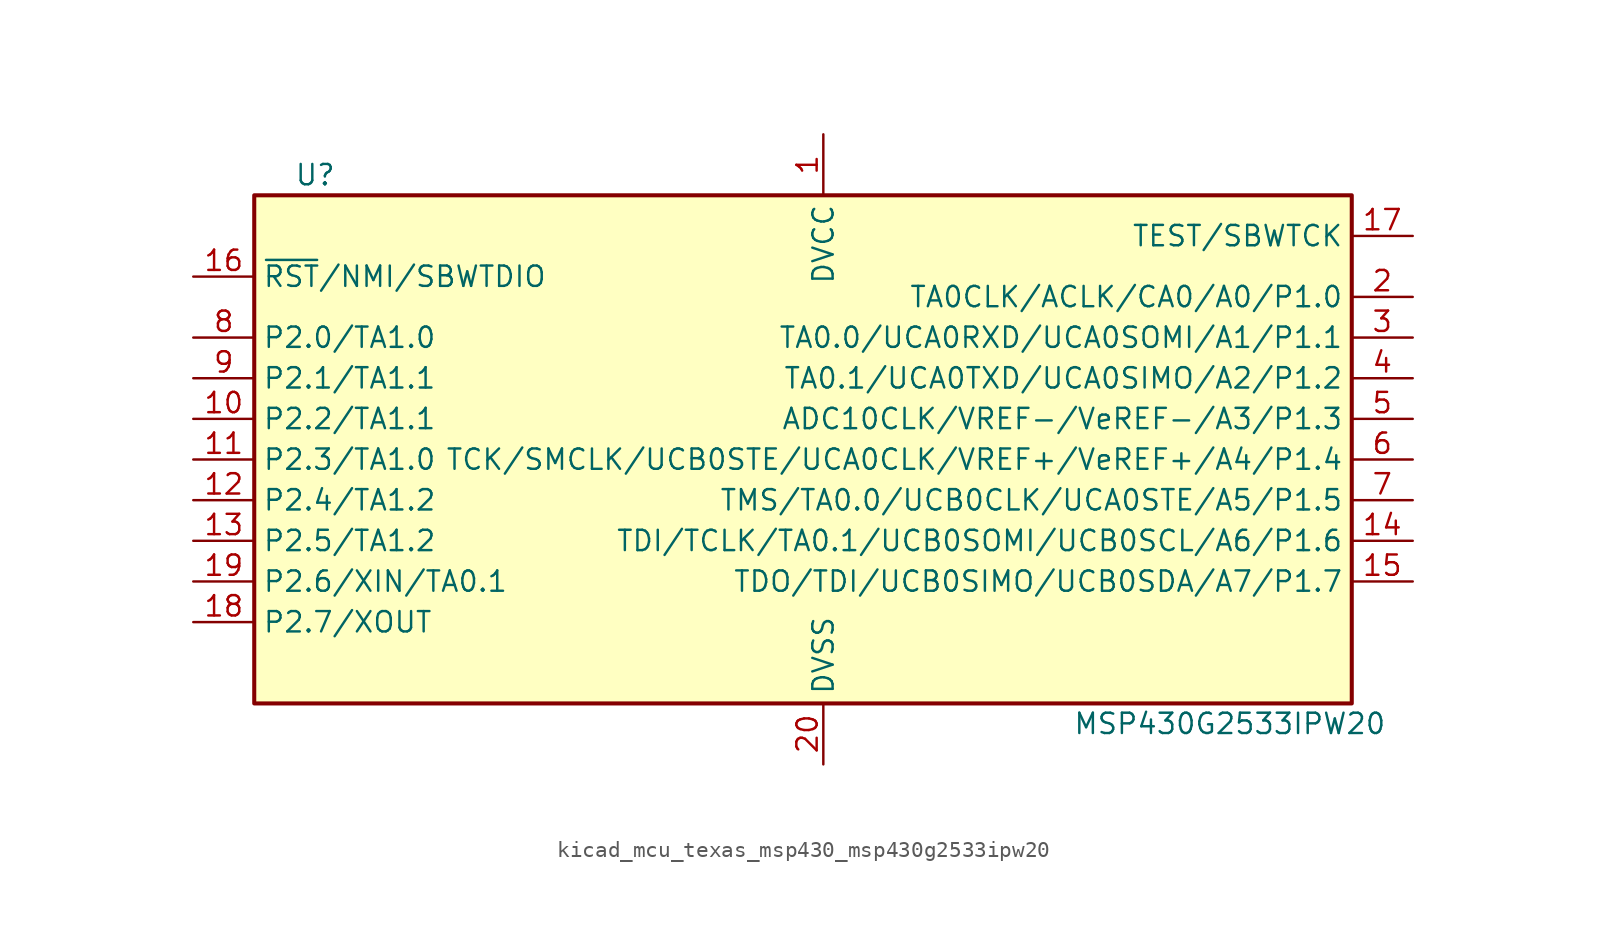
<source format=kicad_sym>
(kicad_symbol_lib
  (version 20220914)
  (generator kicad_symbol_editor)
  (symbol "kicad_mcu_texas_msp430_msp430g2533ipw20"
    (property "Reference" "U"
      (at -30.48 17.78 0)
      (effects (font (size 1.27 1.27))))
    (property "Value" "MSP430G2533IPW20"
      (at 26.67 -16.51 0)
      (effects (font (size 1.27 1.27))))
    (symbol "kicad_mcu_texas_msp430_msp430g2533ipw20_0_1"
      (rectangle (start -34.29 16.51) (end 34.29 -15.24) (stroke (width 0.254) (type default)) (fill (type background))))
    (symbol "kicad_mcu_texas_msp430_msp430g2533ipw20_1_1"
      (pin power_in line (at 1.27 20.32 270) (length 3.81) (name "DVCC" (effects (font (size 1.27 1.27)))) (number "1" (effects (font (size 1.27 1.27)))))
      (pin bidirectional line (at -38.1 2.54 0) (length 3.81) (name "P2.2/TA1.1" (effects (font (size 1.27 1.27)))) (number "10" (effects (font (size 1.27 1.27)))))
      (pin bidirectional line (at -38.1 0 0) (length 3.81) (name "P2.3/TA1.0" (effects (font (size 1.27 1.27)))) (number "11" (effects (font (size 1.27 1.27)))))
      (pin bidirectional line (at -38.1 -2.54 0) (length 3.81) (name "P2.4/TA1.2" (effects (font (size 1.27 1.27)))) (number "12" (effects (font (size 1.27 1.27)))))
      (pin bidirectional line (at -38.1 -5.08 0) (length 3.81) (name "P2.5/TA1.2" (effects (font (size 1.27 1.27)))) (number "13" (effects (font (size 1.27 1.27)))))
      (pin bidirectional line (at 38.1 -5.08 180) (length 3.81) (name "TDI/TCLK/TA0.1/UCB0SOMI/UCB0SCL/A6/P1.6" (effects (font (size 1.27 1.27)))) (number "14" (effects (font (size 1.27 1.27)))))
      (pin bidirectional line (at 38.1 -7.62 180) (length 3.81) (name "TDO/TDI/UCB0SIMO/UCB0SDA/A7/P1.7" (effects (font (size 1.27 1.27)))) (number "15" (effects (font (size 1.27 1.27)))))
      (pin input line (at -38.1 11.43 0) (length 3.81) (name "~{RST}/NMI/SBWTDIO" (effects (font (size 1.27 1.27)))) (number "16" (effects (font (size 1.27 1.27)))))
      (pin input line (at 38.1 13.97 180) (length 3.81) (name "TEST/SBWTCK" (effects (font (size 1.27 1.27)))) (number "17" (effects (font (size 1.27 1.27)))))
      (pin bidirectional line (at -38.1 -10.16 0) (length 3.81) (name "P2.7/XOUT" (effects (font (size 1.27 1.27)))) (number "18" (effects (font (size 1.27 1.27)))))
      (pin bidirectional line (at -38.1 -7.62 0) (length 3.81) (name "P2.6/XIN/TA0.1" (effects (font (size 1.27 1.27)))) (number "19" (effects (font (size 1.27 1.27)))))
      (pin bidirectional line (at 38.1 10.16 180) (length 3.81) (name "TA0CLK/ACLK/CA0/A0/P1.0" (effects (font (size 1.27 1.27)))) (number "2" (effects (font (size 1.27 1.27)))))
      (pin power_in line (at 1.27 -19.05 90) (length 3.81) (name "DVSS" (effects (font (size 1.27 1.27)))) (number "20" (effects (font (size 1.27 1.27)))))
      (pin bidirectional line (at 38.1 7.62 180) (length 3.81) (name "TA0.0/UCA0RXD/UCA0SOMI/A1/P1.1" (effects (font (size 1.27 1.27)))) (number "3" (effects (font (size 1.27 1.27)))))
      (pin bidirectional line (at 38.1 5.08 180) (length 3.81) (name "TA0.1/UCA0TXD/UCA0SIMO/A2/P1.2" (effects (font (size 1.27 1.27)))) (number "4" (effects (font (size 1.27 1.27)))))
      (pin bidirectional line (at 38.1 2.54 180) (length 3.81) (name "ADC10CLK/VREF-/VeREF-/A3/P1.3" (effects (font (size 1.27 1.27)))) (number "5" (effects (font (size 1.27 1.27)))))
      (pin bidirectional line (at 38.1 0 180) (length 3.81) (name "TCK/SMCLK/UCB0STE/UCA0CLK/VREF+/VeREF+/A4/P1.4" (effects (font (size 1.27 1.27)))) (number "6" (effects (font (size 1.27 1.27)))))
      (pin bidirectional line (at 38.1 -2.54 180) (length 3.81) (name "TMS/TA0.0/UCB0CLK/UCA0STE/A5/P1.5" (effects (font (size 1.27 1.27)))) (number "7" (effects (font (size 1.27 1.27)))))
      (pin bidirectional line (at -38.1 7.62 0) (length 3.81) (name "P2.0/TA1.0" (effects (font (size 1.27 1.27)))) (number "8" (effects (font (size 1.27 1.27)))))
      (pin bidirectional line (at -38.1 5.08 0) (length 3.81) (name "P2.1/TA1.1" (effects (font (size 1.27 1.27)))) (number "9" (effects (font (size 1.27 1.27))))))))
</source>
